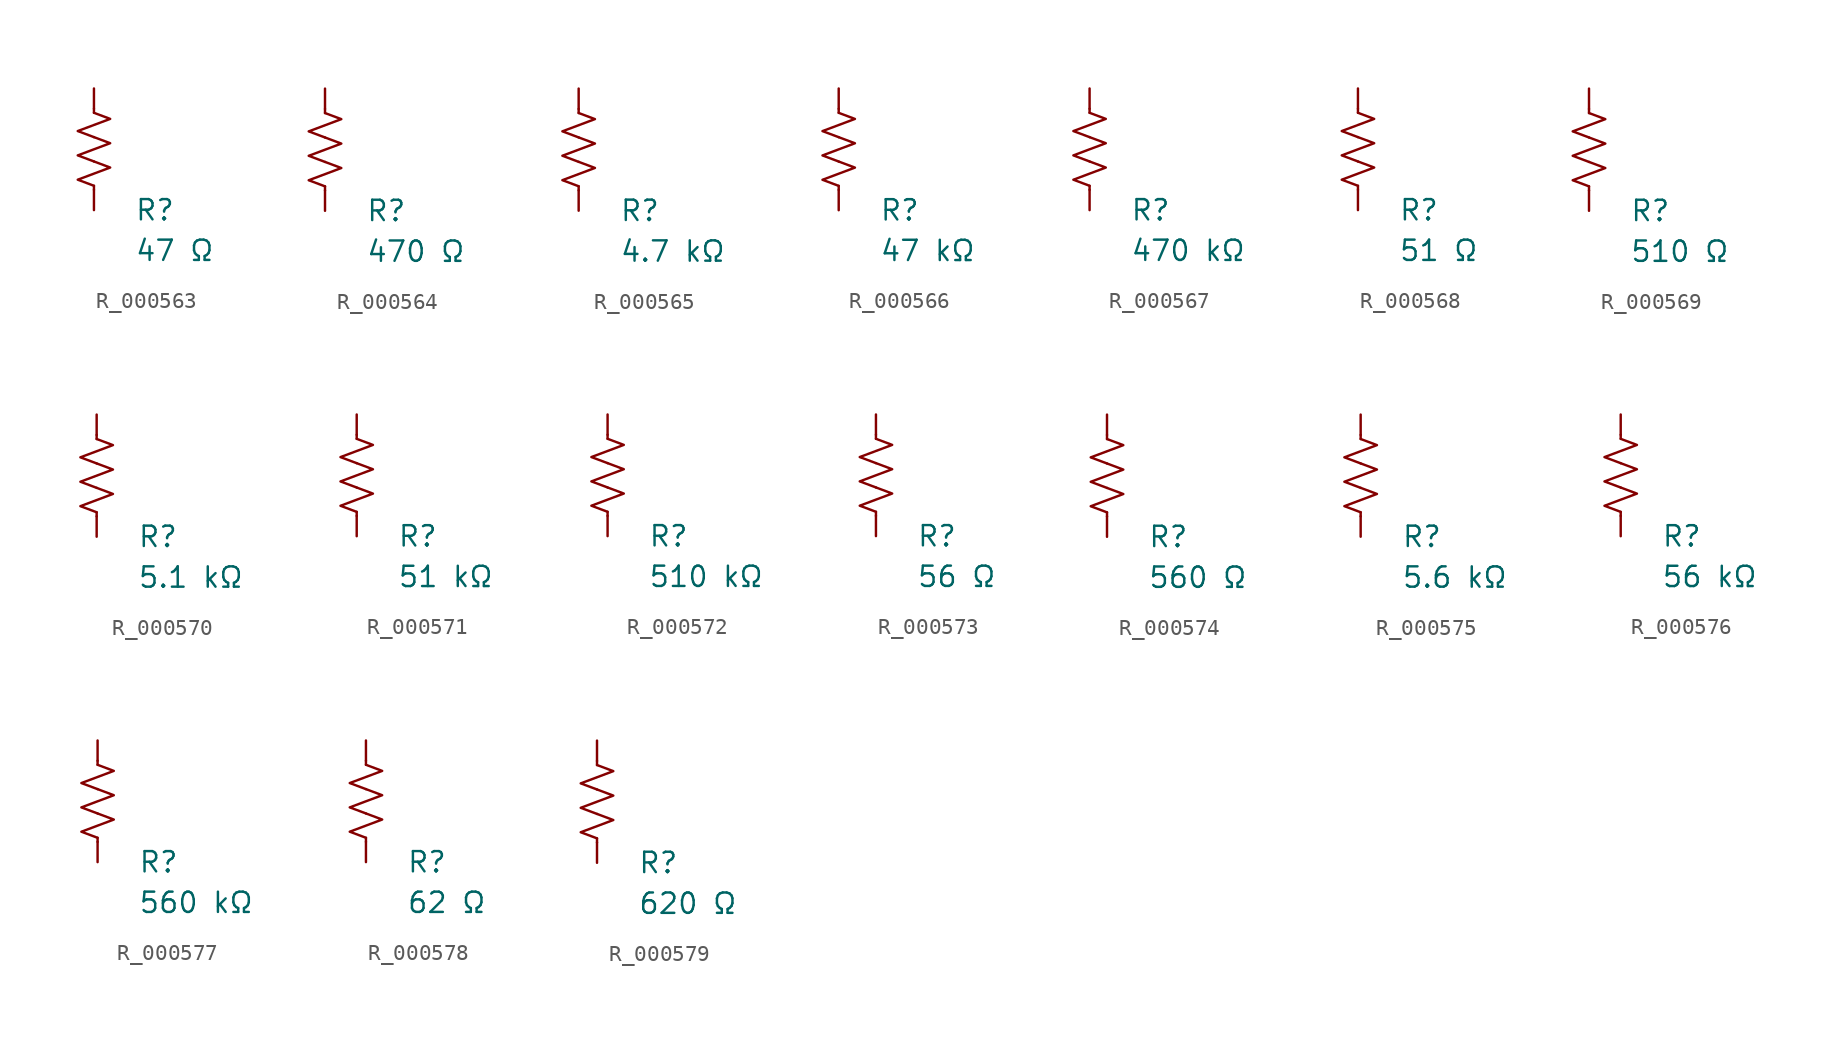
<source format=kicad_sym>
(kicad_symbol_lib
  (version 20231120)
  (generator "kicad_symbol_editor")
  (generator_version "8.0")
  (symbol "R_000563"
    (pin_numbers hide)
    (pin_names
      (offset 0))
    (property "Reference" "R"
      (at 2.54 -3.81 0)
      (effects (font (size 1.27 1.27)) (justify left))
      (show_name no))
    (property "Value" "47 Ω"
      (at 2.54 -6.35 0)
      (effects (font (size 1.27 1.27)) (justify left))
      (show_name no))
    (symbol "R_000563_0_1"
      (polyline (pts (xy 0 -2.286) (xy 0 -2.54)) (stroke (width 0) (type default)) (fill (type none)))
      (polyline (pts (xy 0 2.286) (xy 0 2.54)) (stroke (width 0) (type default)) (fill (type none)))
      (polyline (pts (xy 0 -0.762) (xy 1.016 -1.143) (xy 0 -1.524) (xy -1.016 -1.905) (xy 0 -2.286)) (stroke (width 0) (type default)) (fill (type none)))
      (polyline (pts (xy 0 0.762) (xy 1.016 0.381) (xy 0 0) (xy -1.016 -0.381) (xy 0 -0.762)) (stroke (width 0) (type default)) (fill (type none)))
      (polyline (pts (xy 0 2.286) (xy 1.016 1.905) (xy 0 1.524) (xy -1.016 1.143) (xy 0 0.762)) (stroke (width 0) (type default)) (fill (type none))))
    (symbol "R_000563_1_1"
      (pin passive line (at 0 3.81 270) (length 1.27) (name "~" (effects (font (size 1.27 1.27)))) (number "1" (effects (font (size 1.27 1.27)))))
      (pin passive line (at 0 -3.81 90) (length 1.27) (name "~" (effects (font (size 1.27 1.27)))) (number "2" (effects (font (size 1.27 1.27)))))))
  (symbol "R_000564"
    (pin_numbers hide)
    (pin_names
      (offset 0))
    (property "Reference" "R"
      (at 2.54 -3.81 0)
      (effects (font (size 1.27 1.27)) (justify left))
      (show_name no))
    (property "Value" "470 Ω"
      (at 2.54 -6.35 0)
      (effects (font (size 1.27 1.27)) (justify left))
      (show_name no))
    (symbol "R_000564_0_1"
      (polyline (pts (xy 0 -2.286) (xy 0 -2.54)) (stroke (width 0) (type default)) (fill (type none)))
      (polyline (pts (xy 0 2.286) (xy 0 2.54)) (stroke (width 0) (type default)) (fill (type none)))
      (polyline (pts (xy 0 -0.762) (xy 1.016 -1.143) (xy 0 -1.524) (xy -1.016 -1.905) (xy 0 -2.286)) (stroke (width 0) (type default)) (fill (type none)))
      (polyline (pts (xy 0 0.762) (xy 1.016 0.381) (xy 0 0) (xy -1.016 -0.381) (xy 0 -0.762)) (stroke (width 0) (type default)) (fill (type none)))
      (polyline (pts (xy 0 2.286) (xy 1.016 1.905) (xy 0 1.524) (xy -1.016 1.143) (xy 0 0.762)) (stroke (width 0) (type default)) (fill (type none))))
    (symbol "R_000564_1_1"
      (pin passive line (at 0 3.81 270) (length 1.27) (name "~" (effects (font (size 1.27 1.27)))) (number "1" (effects (font (size 1.27 1.27)))))
      (pin passive line (at 0 -3.81 90) (length 1.27) (name "~" (effects (font (size 1.27 1.27)))) (number "2" (effects (font (size 1.27 1.27)))))))
  (symbol "R_000565"
    (pin_numbers hide)
    (pin_names
      (offset 0))
    (property "Reference" "R"
      (at 2.54 -3.81 0)
      (effects (font (size 1.27 1.27)) (justify left))
      (show_name no))
    (property "Value" "4.7 kΩ"
      (at 2.54 -6.35 0)
      (effects (font (size 1.27 1.27)) (justify left))
      (show_name no))
    (symbol "R_000565_0_1"
      (polyline (pts (xy 0 -2.286) (xy 0 -2.54)) (stroke (width 0) (type default)) (fill (type none)))
      (polyline (pts (xy 0 2.286) (xy 0 2.54)) (stroke (width 0) (type default)) (fill (type none)))
      (polyline (pts (xy 0 -0.762) (xy 1.016 -1.143) (xy 0 -1.524) (xy -1.016 -1.905) (xy 0 -2.286)) (stroke (width 0) (type default)) (fill (type none)))
      (polyline (pts (xy 0 0.762) (xy 1.016 0.381) (xy 0 0) (xy -1.016 -0.381) (xy 0 -0.762)) (stroke (width 0) (type default)) (fill (type none)))
      (polyline (pts (xy 0 2.286) (xy 1.016 1.905) (xy 0 1.524) (xy -1.016 1.143) (xy 0 0.762)) (stroke (width 0) (type default)) (fill (type none))))
    (symbol "R_000565_1_1"
      (pin passive line (at 0 3.81 270) (length 1.27) (name "~" (effects (font (size 1.27 1.27)))) (number "1" (effects (font (size 1.27 1.27)))))
      (pin passive line (at 0 -3.81 90) (length 1.27) (name "~" (effects (font (size 1.27 1.27)))) (number "2" (effects (font (size 1.27 1.27)))))))
  (symbol "R_000566"
    (pin_numbers hide)
    (pin_names
      (offset 0))
    (property "Reference" "R"
      (at 2.54 -3.81 0)
      (effects (font (size 1.27 1.27)) (justify left))
      (show_name no))
    (property "Value" "47 kΩ"
      (at 2.54 -6.35 0)
      (effects (font (size 1.27 1.27)) (justify left))
      (show_name no))
    (symbol "R_000566_0_1"
      (polyline (pts (xy 0 -2.286) (xy 0 -2.54)) (stroke (width 0) (type default)) (fill (type none)))
      (polyline (pts (xy 0 2.286) (xy 0 2.54)) (stroke (width 0) (type default)) (fill (type none)))
      (polyline (pts (xy 0 -0.762) (xy 1.016 -1.143) (xy 0 -1.524) (xy -1.016 -1.905) (xy 0 -2.286)) (stroke (width 0) (type default)) (fill (type none)))
      (polyline (pts (xy 0 0.762) (xy 1.016 0.381) (xy 0 0) (xy -1.016 -0.381) (xy 0 -0.762)) (stroke (width 0) (type default)) (fill (type none)))
      (polyline (pts (xy 0 2.286) (xy 1.016 1.905) (xy 0 1.524) (xy -1.016 1.143) (xy 0 0.762)) (stroke (width 0) (type default)) (fill (type none))))
    (symbol "R_000566_1_1"
      (pin passive line (at 0 3.81 270) (length 1.27) (name "~" (effects (font (size 1.27 1.27)))) (number "1" (effects (font (size 1.27 1.27)))))
      (pin passive line (at 0 -3.81 90) (length 1.27) (name "~" (effects (font (size 1.27 1.27)))) (number "2" (effects (font (size 1.27 1.27)))))))
  (symbol "R_000567"
    (pin_numbers hide)
    (pin_names
      (offset 0))
    (property "Reference" "R"
      (at 2.54 -3.81 0)
      (effects (font (size 1.27 1.27)) (justify left))
      (show_name no))
    (property "Value" "470 kΩ"
      (at 2.54 -6.35 0)
      (effects (font (size 1.27 1.27)) (justify left))
      (show_name no))
    (symbol "R_000567_0_1"
      (polyline (pts (xy 0 -2.286) (xy 0 -2.54)) (stroke (width 0) (type default)) (fill (type none)))
      (polyline (pts (xy 0 2.286) (xy 0 2.54)) (stroke (width 0) (type default)) (fill (type none)))
      (polyline (pts (xy 0 -0.762) (xy 1.016 -1.143) (xy 0 -1.524) (xy -1.016 -1.905) (xy 0 -2.286)) (stroke (width 0) (type default)) (fill (type none)))
      (polyline (pts (xy 0 0.762) (xy 1.016 0.381) (xy 0 0) (xy -1.016 -0.381) (xy 0 -0.762)) (stroke (width 0) (type default)) (fill (type none)))
      (polyline (pts (xy 0 2.286) (xy 1.016 1.905) (xy 0 1.524) (xy -1.016 1.143) (xy 0 0.762)) (stroke (width 0) (type default)) (fill (type none))))
    (symbol "R_000567_1_1"
      (pin passive line (at 0 3.81 270) (length 1.27) (name "~" (effects (font (size 1.27 1.27)))) (number "1" (effects (font (size 1.27 1.27)))))
      (pin passive line (at 0 -3.81 90) (length 1.27) (name "~" (effects (font (size 1.27 1.27)))) (number "2" (effects (font (size 1.27 1.27)))))))
  (symbol "R_000568"
    (pin_numbers hide)
    (pin_names
      (offset 0))
    (property "Reference" "R"
      (at 2.54 -3.81 0)
      (effects (font (size 1.27 1.27)) (justify left))
      (show_name no))
    (property "Value" "51 Ω"
      (at 2.54 -6.35 0)
      (effects (font (size 1.27 1.27)) (justify left))
      (show_name no))
    (symbol "R_000568_0_1"
      (polyline (pts (xy 0 -2.286) (xy 0 -2.54)) (stroke (width 0) (type default)) (fill (type none)))
      (polyline (pts (xy 0 2.286) (xy 0 2.54)) (stroke (width 0) (type default)) (fill (type none)))
      (polyline (pts (xy 0 -0.762) (xy 1.016 -1.143) (xy 0 -1.524) (xy -1.016 -1.905) (xy 0 -2.286)) (stroke (width 0) (type default)) (fill (type none)))
      (polyline (pts (xy 0 0.762) (xy 1.016 0.381) (xy 0 0) (xy -1.016 -0.381) (xy 0 -0.762)) (stroke (width 0) (type default)) (fill (type none)))
      (polyline (pts (xy 0 2.286) (xy 1.016 1.905) (xy 0 1.524) (xy -1.016 1.143) (xy 0 0.762)) (stroke (width 0) (type default)) (fill (type none))))
    (symbol "R_000568_1_1"
      (pin passive line (at 0 3.81 270) (length 1.27) (name "~" (effects (font (size 1.27 1.27)))) (number "1" (effects (font (size 1.27 1.27)))))
      (pin passive line (at 0 -3.81 90) (length 1.27) (name "~" (effects (font (size 1.27 1.27)))) (number "2" (effects (font (size 1.27 1.27)))))))
  (symbol "R_000569"
    (pin_numbers hide)
    (pin_names
      (offset 0))
    (property "Reference" "R"
      (at 2.54 -3.81 0)
      (effects (font (size 1.27 1.27)) (justify left))
      (show_name no))
    (property "Value" "510 Ω"
      (at 2.54 -6.35 0)
      (effects (font (size 1.27 1.27)) (justify left))
      (show_name no))
    (symbol "R_000569_0_1"
      (polyline (pts (xy 0 -2.286) (xy 0 -2.54)) (stroke (width 0) (type default)) (fill (type none)))
      (polyline (pts (xy 0 2.286) (xy 0 2.54)) (stroke (width 0) (type default)) (fill (type none)))
      (polyline (pts (xy 0 -0.762) (xy 1.016 -1.143) (xy 0 -1.524) (xy -1.016 -1.905) (xy 0 -2.286)) (stroke (width 0) (type default)) (fill (type none)))
      (polyline (pts (xy 0 0.762) (xy 1.016 0.381) (xy 0 0) (xy -1.016 -0.381) (xy 0 -0.762)) (stroke (width 0) (type default)) (fill (type none)))
      (polyline (pts (xy 0 2.286) (xy 1.016 1.905) (xy 0 1.524) (xy -1.016 1.143) (xy 0 0.762)) (stroke (width 0) (type default)) (fill (type none))))
    (symbol "R_000569_1_1"
      (pin passive line (at 0 3.81 270) (length 1.27) (name "~" (effects (font (size 1.27 1.27)))) (number "1" (effects (font (size 1.27 1.27)))))
      (pin passive line (at 0 -3.81 90) (length 1.27) (name "~" (effects (font (size 1.27 1.27)))) (number "2" (effects (font (size 1.27 1.27)))))))
  (symbol "R_000570"
    (pin_numbers hide)
    (pin_names
      (offset 0))
    (property "Reference" "R"
      (at 2.54 -3.81 0)
      (effects (font (size 1.27 1.27)) (justify left))
      (show_name no))
    (property "Value" "5.1 kΩ"
      (at 2.54 -6.35 0)
      (effects (font (size 1.27 1.27)) (justify left))
      (show_name no))
    (symbol "R_000570_0_1"
      (polyline (pts (xy 0 -2.286) (xy 0 -2.54)) (stroke (width 0) (type default)) (fill (type none)))
      (polyline (pts (xy 0 2.286) (xy 0 2.54)) (stroke (width 0) (type default)) (fill (type none)))
      (polyline (pts (xy 0 -0.762) (xy 1.016 -1.143) (xy 0 -1.524) (xy -1.016 -1.905) (xy 0 -2.286)) (stroke (width 0) (type default)) (fill (type none)))
      (polyline (pts (xy 0 0.762) (xy 1.016 0.381) (xy 0 0) (xy -1.016 -0.381) (xy 0 -0.762)) (stroke (width 0) (type default)) (fill (type none)))
      (polyline (pts (xy 0 2.286) (xy 1.016 1.905) (xy 0 1.524) (xy -1.016 1.143) (xy 0 0.762)) (stroke (width 0) (type default)) (fill (type none))))
    (symbol "R_000570_1_1"
      (pin passive line (at 0 3.81 270) (length 1.27) (name "~" (effects (font (size 1.27 1.27)))) (number "1" (effects (font (size 1.27 1.27)))))
      (pin passive line (at 0 -3.81 90) (length 1.27) (name "~" (effects (font (size 1.27 1.27)))) (number "2" (effects (font (size 1.27 1.27)))))))
  (symbol "R_000571"
    (pin_numbers hide)
    (pin_names
      (offset 0))
    (property "Reference" "R"
      (at 2.54 -3.81 0)
      (effects (font (size 1.27 1.27)) (justify left))
      (show_name no))
    (property "Value" "51 kΩ"
      (at 2.54 -6.35 0)
      (effects (font (size 1.27 1.27)) (justify left))
      (show_name no))
    (symbol "R_000571_0_1"
      (polyline (pts (xy 0 -2.286) (xy 0 -2.54)) (stroke (width 0) (type default)) (fill (type none)))
      (polyline (pts (xy 0 2.286) (xy 0 2.54)) (stroke (width 0) (type default)) (fill (type none)))
      (polyline (pts (xy 0 -0.762) (xy 1.016 -1.143) (xy 0 -1.524) (xy -1.016 -1.905) (xy 0 -2.286)) (stroke (width 0) (type default)) (fill (type none)))
      (polyline (pts (xy 0 0.762) (xy 1.016 0.381) (xy 0 0) (xy -1.016 -0.381) (xy 0 -0.762)) (stroke (width 0) (type default)) (fill (type none)))
      (polyline (pts (xy 0 2.286) (xy 1.016 1.905) (xy 0 1.524) (xy -1.016 1.143) (xy 0 0.762)) (stroke (width 0) (type default)) (fill (type none))))
    (symbol "R_000571_1_1"
      (pin passive line (at 0 3.81 270) (length 1.27) (name "~" (effects (font (size 1.27 1.27)))) (number "1" (effects (font (size 1.27 1.27)))))
      (pin passive line (at 0 -3.81 90) (length 1.27) (name "~" (effects (font (size 1.27 1.27)))) (number "2" (effects (font (size 1.27 1.27)))))))
  (symbol "R_000572"
    (pin_numbers hide)
    (pin_names
      (offset 0))
    (property "Reference" "R"
      (at 2.54 -3.81 0)
      (effects (font (size 1.27 1.27)) (justify left))
      (show_name no))
    (property "Value" "510 kΩ"
      (at 2.54 -6.35 0)
      (effects (font (size 1.27 1.27)) (justify left))
      (show_name no))
    (symbol "R_000572_0_1"
      (polyline (pts (xy 0 -2.286) (xy 0 -2.54)) (stroke (width 0) (type default)) (fill (type none)))
      (polyline (pts (xy 0 2.286) (xy 0 2.54)) (stroke (width 0) (type default)) (fill (type none)))
      (polyline (pts (xy 0 -0.762) (xy 1.016 -1.143) (xy 0 -1.524) (xy -1.016 -1.905) (xy 0 -2.286)) (stroke (width 0) (type default)) (fill (type none)))
      (polyline (pts (xy 0 0.762) (xy 1.016 0.381) (xy 0 0) (xy -1.016 -0.381) (xy 0 -0.762)) (stroke (width 0) (type default)) (fill (type none)))
      (polyline (pts (xy 0 2.286) (xy 1.016 1.905) (xy 0 1.524) (xy -1.016 1.143) (xy 0 0.762)) (stroke (width 0) (type default)) (fill (type none))))
    (symbol "R_000572_1_1"
      (pin passive line (at 0 3.81 270) (length 1.27) (name "~" (effects (font (size 1.27 1.27)))) (number "1" (effects (font (size 1.27 1.27)))))
      (pin passive line (at 0 -3.81 90) (length 1.27) (name "~" (effects (font (size 1.27 1.27)))) (number "2" (effects (font (size 1.27 1.27)))))))
  (symbol "R_000573"
    (pin_numbers hide)
    (pin_names
      (offset 0))
    (property "Reference" "R"
      (at 2.54 -3.81 0)
      (effects (font (size 1.27 1.27)) (justify left))
      (show_name no))
    (property "Value" "56 Ω"
      (at 2.54 -6.35 0)
      (effects (font (size 1.27 1.27)) (justify left))
      (show_name no))
    (symbol "R_000573_0_1"
      (polyline (pts (xy 0 -2.286) (xy 0 -2.54)) (stroke (width 0) (type default)) (fill (type none)))
      (polyline (pts (xy 0 2.286) (xy 0 2.54)) (stroke (width 0) (type default)) (fill (type none)))
      (polyline (pts (xy 0 -0.762) (xy 1.016 -1.143) (xy 0 -1.524) (xy -1.016 -1.905) (xy 0 -2.286)) (stroke (width 0) (type default)) (fill (type none)))
      (polyline (pts (xy 0 0.762) (xy 1.016 0.381) (xy 0 0) (xy -1.016 -0.381) (xy 0 -0.762)) (stroke (width 0) (type default)) (fill (type none)))
      (polyline (pts (xy 0 2.286) (xy 1.016 1.905) (xy 0 1.524) (xy -1.016 1.143) (xy 0 0.762)) (stroke (width 0) (type default)) (fill (type none))))
    (symbol "R_000573_1_1"
      (pin passive line (at 0 3.81 270) (length 1.27) (name "~" (effects (font (size 1.27 1.27)))) (number "1" (effects (font (size 1.27 1.27)))))
      (pin passive line (at 0 -3.81 90) (length 1.27) (name "~" (effects (font (size 1.27 1.27)))) (number "2" (effects (font (size 1.27 1.27)))))))
  (symbol "R_000574"
    (pin_numbers hide)
    (pin_names
      (offset 0))
    (property "Reference" "R"
      (at 2.54 -3.81 0)
      (effects (font (size 1.27 1.27)) (justify left))
      (show_name no))
    (property "Value" "560 Ω"
      (at 2.54 -6.35 0)
      (effects (font (size 1.27 1.27)) (justify left))
      (show_name no))
    (symbol "R_000574_0_1"
      (polyline (pts (xy 0 -2.286) (xy 0 -2.54)) (stroke (width 0) (type default)) (fill (type none)))
      (polyline (pts (xy 0 2.286) (xy 0 2.54)) (stroke (width 0) (type default)) (fill (type none)))
      (polyline (pts (xy 0 -0.762) (xy 1.016 -1.143) (xy 0 -1.524) (xy -1.016 -1.905) (xy 0 -2.286)) (stroke (width 0) (type default)) (fill (type none)))
      (polyline (pts (xy 0 0.762) (xy 1.016 0.381) (xy 0 0) (xy -1.016 -0.381) (xy 0 -0.762)) (stroke (width 0) (type default)) (fill (type none)))
      (polyline (pts (xy 0 2.286) (xy 1.016 1.905) (xy 0 1.524) (xy -1.016 1.143) (xy 0 0.762)) (stroke (width 0) (type default)) (fill (type none))))
    (symbol "R_000574_1_1"
      (pin passive line (at 0 3.81 270) (length 1.27) (name "~" (effects (font (size 1.27 1.27)))) (number "1" (effects (font (size 1.27 1.27)))))
      (pin passive line (at 0 -3.81 90) (length 1.27) (name "~" (effects (font (size 1.27 1.27)))) (number "2" (effects (font (size 1.27 1.27)))))))
  (symbol "R_000575"
    (pin_numbers hide)
    (pin_names
      (offset 0))
    (property "Reference" "R"
      (at 2.54 -3.81 0)
      (effects (font (size 1.27 1.27)) (justify left))
      (show_name no))
    (property "Value" "5.6 kΩ"
      (at 2.54 -6.35 0)
      (effects (font (size 1.27 1.27)) (justify left))
      (show_name no))
    (symbol "R_000575_0_1"
      (polyline (pts (xy 0 -2.286) (xy 0 -2.54)) (stroke (width 0) (type default)) (fill (type none)))
      (polyline (pts (xy 0 2.286) (xy 0 2.54)) (stroke (width 0) (type default)) (fill (type none)))
      (polyline (pts (xy 0 -0.762) (xy 1.016 -1.143) (xy 0 -1.524) (xy -1.016 -1.905) (xy 0 -2.286)) (stroke (width 0) (type default)) (fill (type none)))
      (polyline (pts (xy 0 0.762) (xy 1.016 0.381) (xy 0 0) (xy -1.016 -0.381) (xy 0 -0.762)) (stroke (width 0) (type default)) (fill (type none)))
      (polyline (pts (xy 0 2.286) (xy 1.016 1.905) (xy 0 1.524) (xy -1.016 1.143) (xy 0 0.762)) (stroke (width 0) (type default)) (fill (type none))))
    (symbol "R_000575_1_1"
      (pin passive line (at 0 3.81 270) (length 1.27) (name "~" (effects (font (size 1.27 1.27)))) (number "1" (effects (font (size 1.27 1.27)))))
      (pin passive line (at 0 -3.81 90) (length 1.27) (name "~" (effects (font (size 1.27 1.27)))) (number "2" (effects (font (size 1.27 1.27)))))))
  (symbol "R_000576"
    (pin_numbers hide)
    (pin_names
      (offset 0))
    (property "Reference" "R"
      (at 2.54 -3.81 0)
      (effects (font (size 1.27 1.27)) (justify left))
      (show_name no))
    (property "Value" "56 kΩ"
      (at 2.54 -6.35 0)
      (effects (font (size 1.27 1.27)) (justify left))
      (show_name no))
    (symbol "R_000576_0_1"
      (polyline (pts (xy 0 -2.286) (xy 0 -2.54)) (stroke (width 0) (type default)) (fill (type none)))
      (polyline (pts (xy 0 2.286) (xy 0 2.54)) (stroke (width 0) (type default)) (fill (type none)))
      (polyline (pts (xy 0 -0.762) (xy 1.016 -1.143) (xy 0 -1.524) (xy -1.016 -1.905) (xy 0 -2.286)) (stroke (width 0) (type default)) (fill (type none)))
      (polyline (pts (xy 0 0.762) (xy 1.016 0.381) (xy 0 0) (xy -1.016 -0.381) (xy 0 -0.762)) (stroke (width 0) (type default)) (fill (type none)))
      (polyline (pts (xy 0 2.286) (xy 1.016 1.905) (xy 0 1.524) (xy -1.016 1.143) (xy 0 0.762)) (stroke (width 0) (type default)) (fill (type none))))
    (symbol "R_000576_1_1"
      (pin passive line (at 0 3.81 270) (length 1.27) (name "~" (effects (font (size 1.27 1.27)))) (number "1" (effects (font (size 1.27 1.27)))))
      (pin passive line (at 0 -3.81 90) (length 1.27) (name "~" (effects (font (size 1.27 1.27)))) (number "2" (effects (font (size 1.27 1.27)))))))
  (symbol "R_000577"
    (pin_numbers hide)
    (pin_names
      (offset 0))
    (property "Reference" "R"
      (at 2.54 -3.81 0)
      (effects (font (size 1.27 1.27)) (justify left))
      (show_name no))
    (property "Value" "560 kΩ"
      (at 2.54 -6.35 0)
      (effects (font (size 1.27 1.27)) (justify left))
      (show_name no))
    (symbol "R_000577_0_1"
      (polyline (pts (xy 0 -2.286) (xy 0 -2.54)) (stroke (width 0) (type default)) (fill (type none)))
      (polyline (pts (xy 0 2.286) (xy 0 2.54)) (stroke (width 0) (type default)) (fill (type none)))
      (polyline (pts (xy 0 -0.762) (xy 1.016 -1.143) (xy 0 -1.524) (xy -1.016 -1.905) (xy 0 -2.286)) (stroke (width 0) (type default)) (fill (type none)))
      (polyline (pts (xy 0 0.762) (xy 1.016 0.381) (xy 0 0) (xy -1.016 -0.381) (xy 0 -0.762)) (stroke (width 0) (type default)) (fill (type none)))
      (polyline (pts (xy 0 2.286) (xy 1.016 1.905) (xy 0 1.524) (xy -1.016 1.143) (xy 0 0.762)) (stroke (width 0) (type default)) (fill (type none))))
    (symbol "R_000577_1_1"
      (pin passive line (at 0 3.81 270) (length 1.27) (name "~" (effects (font (size 1.27 1.27)))) (number "1" (effects (font (size 1.27 1.27)))))
      (pin passive line (at 0 -3.81 90) (length 1.27) (name "~" (effects (font (size 1.27 1.27)))) (number "2" (effects (font (size 1.27 1.27)))))))
  (symbol "R_000578"
    (pin_numbers hide)
    (pin_names
      (offset 0))
    (property "Reference" "R"
      (at 2.54 -3.81 0)
      (effects (font (size 1.27 1.27)) (justify left))
      (show_name no))
    (property "Value" "62 Ω"
      (at 2.54 -6.35 0)
      (effects (font (size 1.27 1.27)) (justify left))
      (show_name no))
    (symbol "R_000578_0_1"
      (polyline (pts (xy 0 -2.286) (xy 0 -2.54)) (stroke (width 0) (type default)) (fill (type none)))
      (polyline (pts (xy 0 2.286) (xy 0 2.54)) (stroke (width 0) (type default)) (fill (type none)))
      (polyline (pts (xy 0 -0.762) (xy 1.016 -1.143) (xy 0 -1.524) (xy -1.016 -1.905) (xy 0 -2.286)) (stroke (width 0) (type default)) (fill (type none)))
      (polyline (pts (xy 0 0.762) (xy 1.016 0.381) (xy 0 0) (xy -1.016 -0.381) (xy 0 -0.762)) (stroke (width 0) (type default)) (fill (type none)))
      (polyline (pts (xy 0 2.286) (xy 1.016 1.905) (xy 0 1.524) (xy -1.016 1.143) (xy 0 0.762)) (stroke (width 0) (type default)) (fill (type none))))
    (symbol "R_000578_1_1"
      (pin passive line (at 0 3.81 270) (length 1.27) (name "~" (effects (font (size 1.27 1.27)))) (number "1" (effects (font (size 1.27 1.27)))))
      (pin passive line (at 0 -3.81 90) (length 1.27) (name "~" (effects (font (size 1.27 1.27)))) (number "2" (effects (font (size 1.27 1.27)))))))
  (symbol "R_000579"
    (pin_numbers hide)
    (pin_names
      (offset 0))
    (property "Reference" "R"
      (at 2.54 -3.81 0)
      (effects (font (size 1.27 1.27)) (justify left))
      (show_name no))
    (property "Value" "620 Ω"
      (at 2.54 -6.35 0)
      (effects (font (size 1.27 1.27)) (justify left))
      (show_name no))
    (symbol "R_000579_0_1"
      (polyline (pts (xy 0 -2.286) (xy 0 -2.54)) (stroke (width 0) (type default)) (fill (type none)))
      (polyline (pts (xy 0 2.286) (xy 0 2.54)) (stroke (width 0) (type default)) (fill (type none)))
      (polyline (pts (xy 0 -0.762) (xy 1.016 -1.143) (xy 0 -1.524) (xy -1.016 -1.905) (xy 0 -2.286)) (stroke (width 0) (type default)) (fill (type none)))
      (polyline (pts (xy 0 0.762) (xy 1.016 0.381) (xy 0 0) (xy -1.016 -0.381) (xy 0 -0.762)) (stroke (width 0) (type default)) (fill (type none)))
      (polyline (pts (xy 0 2.286) (xy 1.016 1.905) (xy 0 1.524) (xy -1.016 1.143) (xy 0 0.762)) (stroke (width 0) (type default)) (fill (type none))))
    (symbol "R_000579_1_1"
      (pin passive line (at 0 3.81 270) (length 1.27) (name "~" (effects (font (size 1.27 1.27)))) (number "1" (effects (font (size 1.27 1.27)))))
      (pin passive line (at 0 -3.81 90) (length 1.27) (name "~" (effects (font (size 1.27 1.27)))) (number "2" (effects (font (size 1.27 1.27))))))))
</source>
